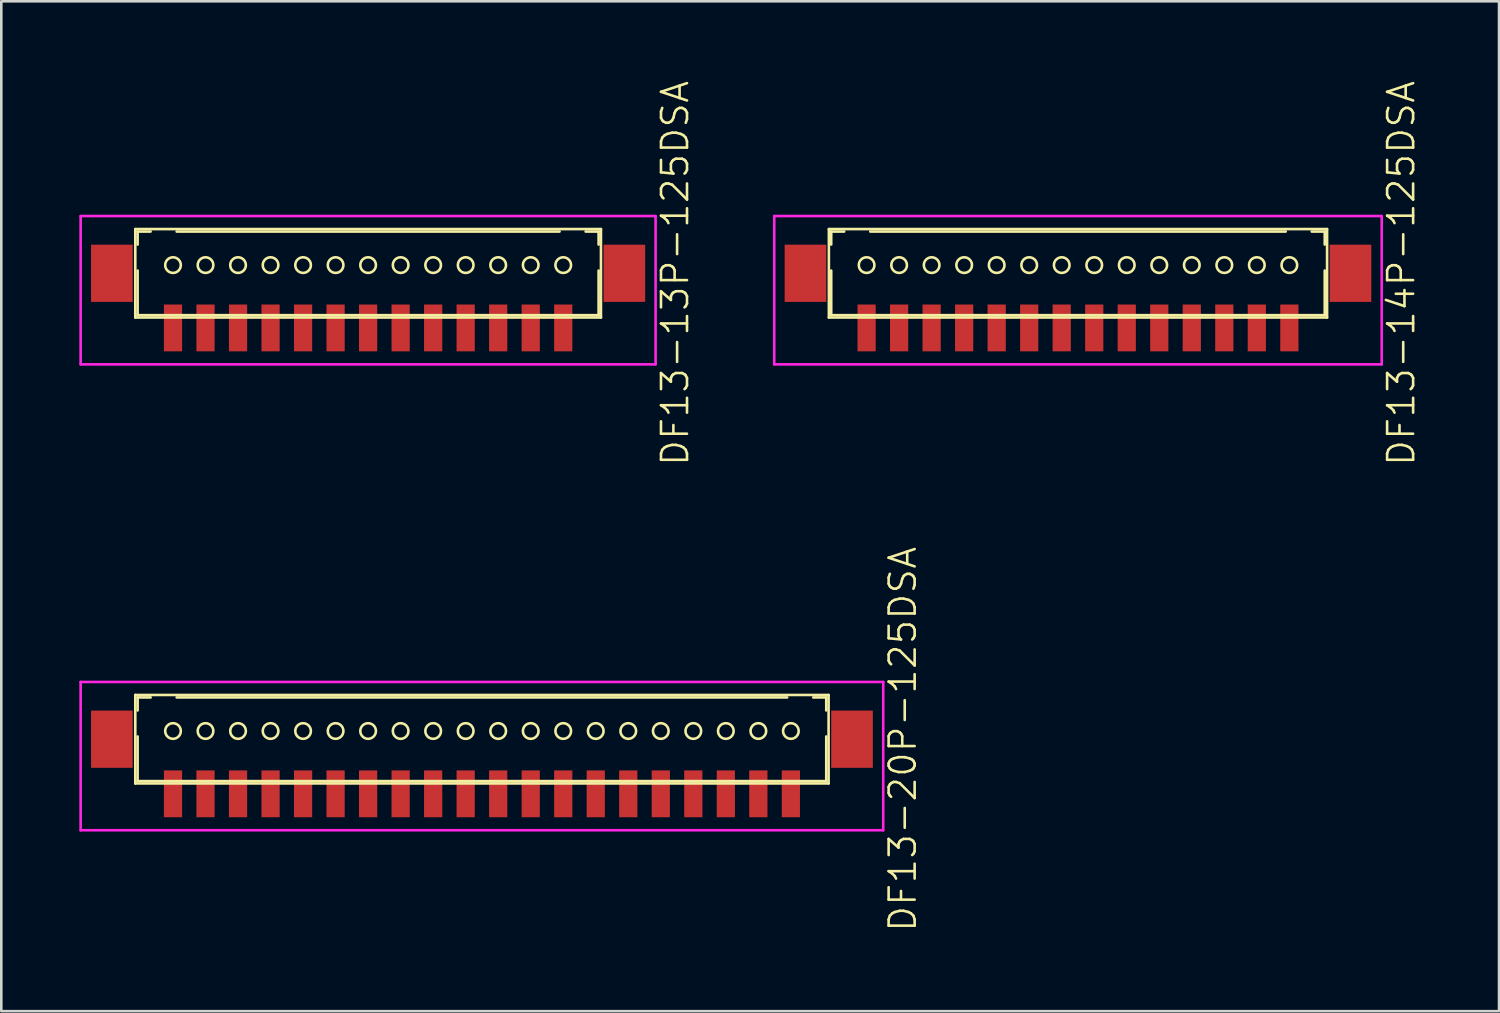
<source format=kicad_pcb>
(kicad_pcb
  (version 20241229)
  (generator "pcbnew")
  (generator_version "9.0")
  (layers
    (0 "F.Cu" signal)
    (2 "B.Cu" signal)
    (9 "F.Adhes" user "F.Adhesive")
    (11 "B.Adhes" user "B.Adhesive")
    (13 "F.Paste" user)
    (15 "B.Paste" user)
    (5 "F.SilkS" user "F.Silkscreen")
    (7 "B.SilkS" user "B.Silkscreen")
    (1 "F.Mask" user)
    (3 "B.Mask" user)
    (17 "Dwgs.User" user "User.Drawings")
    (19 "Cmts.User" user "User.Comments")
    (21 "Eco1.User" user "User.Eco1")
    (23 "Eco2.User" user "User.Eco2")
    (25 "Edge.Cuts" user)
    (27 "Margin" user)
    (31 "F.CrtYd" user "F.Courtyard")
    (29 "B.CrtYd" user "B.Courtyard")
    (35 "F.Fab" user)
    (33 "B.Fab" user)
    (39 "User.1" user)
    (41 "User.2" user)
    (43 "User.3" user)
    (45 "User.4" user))
  (footprint "DF13-14P-125DSA"
    (layer "F.Cu")
    (at 38.386 9.555)
    (property "Reference" "DF13-14P-125DSA" (at 12.425 -2.1 90) (layer "F.SilkS") (effects (font (size 1 1) (thickness 0.1))))
    (attr through_hole)
    (fp_line (start -9.575 -3.8) (end -9.575 -0.4) (stroke (width 0.1) (type solid)) (layer "F.SilkS"))
    (fp_line (start -9.575 -3.8) (end 9.575 -3.8) (stroke (width 0.1) (type solid)) (layer "F.SilkS"))
    (fp_line (start -9.575 -0.4) (end 9.575 -0.4) (stroke (width 0.1) (type solid)) (layer "F.SilkS"))
    (fp_line (start -9.485 -3.705) (end -9.485 -3.205) (stroke (width 0.1) (type solid)) (layer "F.SilkS"))
    (fp_line (start -9.485 -3.705) (end -8.985 -3.705) (stroke (width 0.1) (type solid)) (layer "F.SilkS"))
    (fp_line (start -9.485 -2.205) (end -9.485 -0.49) (stroke (width 0.1) (type solid)) (layer "F.SilkS"))
    (fp_line (start -9.485 -0.49) (end 9.485 -0.49) (stroke (width 0.1) (type solid)) (layer "F.SilkS"))
    (fp_line (start -7.985 -3.705) (end 7.985 -3.705) (stroke (width 0.1) (type solid)) (layer "F.SilkS"))
    (fp_line (start 8.985 -3.705) (end 9.485 -3.705) (stroke (width 0.1) (type solid)) (layer "F.SilkS"))
    (fp_line (start 9.485 -3.705) (end 9.485 -3.205) (stroke (width 0.1) (type solid)) (layer "F.SilkS"))
    (fp_line (start 9.485 -2.205) (end 9.485 -0.49) (stroke (width 0.1) (type solid)) (layer "F.SilkS"))
    (fp_line (start 9.575 -3.8) (end 9.575 -0.4) (stroke (width 0.1) (type solid)) (layer "F.SilkS"))
    (fp_circle (center -8.125 -2.415) (end -7.825 -2.415) (stroke (width 0.1) (type solid)) (fill no) (layer "F.SilkS"))
    (fp_circle (center -6.875 -2.415) (end -6.575 -2.415) (stroke (width 0.1) (type solid)) (fill no) (layer "F.SilkS"))
    (fp_circle (center -5.625 -2.415) (end -5.325 -2.415) (stroke (width 0.1) (type solid)) (fill no) (layer "F.SilkS"))
    (fp_circle (center -4.375 -2.415) (end -4.075 -2.415) (stroke (width 0.1) (type solid)) (fill no) (layer "F.SilkS"))
    (fp_circle (center -3.125 -2.415) (end -2.825 -2.415) (stroke (width 0.1) (type solid)) (fill no) (layer "F.SilkS"))
    (fp_circle (center -1.875 -2.415) (end -1.575 -2.415) (stroke (width 0.1) (type solid)) (fill no) (layer "F.SilkS"))
    (fp_circle (center -0.625 -2.415) (end -0.325 -2.415) (stroke (width 0.1) (type solid)) (fill no) (layer "F.SilkS"))
    (fp_circle (center 0.625 -2.415) (end 0.925 -2.415) (stroke (width 0.1) (type solid)) (fill no) (layer "F.SilkS"))
    (fp_circle (center 1.875 -2.415) (end 2.175 -2.415) (stroke (width 0.1) (type solid)) (fill no) (layer "F.SilkS"))
    (fp_circle (center 3.125 -2.415) (end 3.425 -2.415) (stroke (width 0.1) (type solid)) (fill no) (layer "F.SilkS"))
    (fp_circle (center 4.375 -2.415) (end 4.675 -2.415) (stroke (width 0.1) (type solid)) (fill no) (layer "F.SilkS"))
    (fp_circle (center 5.625 -2.415) (end 5.925 -2.415) (stroke (width 0.1) (type solid)) (fill no) (layer "F.SilkS"))
    (fp_circle (center 6.875 -2.415) (end 7.175 -2.415) (stroke (width 0.1) (type solid)) (fill no) (layer "F.SilkS"))
    (fp_circle (center 8.125 -2.415) (end 8.425 -2.415) (stroke (width 0.1) (type solid)) (fill no) (layer "F.SilkS"))
    (fp_line (start -11.675 -4.3) (end -11.675 1.4) (stroke (width 0.1) (type solid)) (layer "F.CrtYd"))
    (fp_line (start -11.675 1.4) (end 11.675 1.4) (stroke (width 0.1) (type solid)) (layer "F.CrtYd"))
    (fp_line (start 11.675 -4.3) (end -11.675 -4.3) (stroke (width 0.1) (type solid)) (layer "F.CrtYd"))
    (fp_line (start 11.675 1.4) (end 11.675 -4.3) (stroke (width 0.1) (type solid)) (layer "F.CrtYd"))
    (pad "1" smd rect (at -8.125 0) (size 0.7 1.8) (layers "F.Cu" "F.Mask" "F.Paste"))
    (pad "2" smd rect (at -6.875 0) (size 0.7 1.8) (layers "F.Cu" "F.Mask" "F.Paste"))
    (pad "3" smd rect (at -5.625 0) (size 0.7 1.8) (layers "F.Cu" "F.Mask" "F.Paste"))
    (pad "4" smd rect (at -4.375 0) (size 0.7 1.8) (layers "F.Cu" "F.Mask" "F.Paste"))
    (pad "5" smd rect (at -3.125 0) (size 0.7 1.8) (layers "F.Cu" "F.Mask" "F.Paste"))
    (pad "6" smd rect (at -1.875 0) (size 0.7 1.8) (layers "F.Cu" "F.Mask" "F.Paste"))
    (pad "7" smd rect (at -0.625 0) (size 0.7 1.8) (layers "F.Cu" "F.Mask" "F.Paste"))
    (pad "8" smd rect (at 0.625 0) (size 0.7 1.8) (layers "F.Cu" "F.Mask" "F.Paste"))
    (pad "9" smd rect (at 1.875 0) (size 0.7 1.8) (layers "F.Cu" "F.Mask" "F.Paste"))
    (pad "10" smd rect (at 3.125 0) (size 0.7 1.8) (layers "F.Cu" "F.Mask" "F.Paste"))
    (pad "11" smd rect (at 4.375 0) (size 0.7 1.8) (layers "F.Cu" "F.Mask" "F.Paste"))
    (pad "12" smd rect (at 5.625 0) (size 0.7 1.8) (layers "F.Cu" "F.Mask" "F.Paste"))
    (pad "13" smd rect (at 6.875 0) (size 0.7 1.8) (layers "F.Cu" "F.Mask" "F.Paste"))
    (pad "14" smd rect (at 8.125 0) (size 0.7 1.8) (layers "F.Cu" "F.Mask" "F.Paste"))
    (pad "S" smd rect (at -10.475 -2.1) (size 1.6 2.2) (layers "F.Cu" "F.Mask" "F.Paste"))
    (pad "S" smd rect (at 10.475 -2.1) (size 1.6 2.2) (layers "F.Cu" "F.Mask" "F.Paste")))
  (footprint "DF13-13P-125DSA"
    (layer "F.Cu")
    (at 11.1 9.555)
    (property "Reference" "DF13-13P-125DSA" (at 11.8 -2.1 90) (layer "F.SilkS") (effects (font (size 1 1) (thickness 0.1))))
    (attr through_hole)
    (fp_line (start -8.95 -3.8) (end -8.95 -0.4) (stroke (width 0.1) (type solid)) (layer "F.SilkS"))
    (fp_line (start -8.95 -3.8) (end 8.95 -3.8) (stroke (width 0.1) (type solid)) (layer "F.SilkS"))
    (fp_line (start -8.95 -0.4) (end 8.95 -0.4) (stroke (width 0.1) (type solid)) (layer "F.SilkS"))
    (fp_line (start -8.86 -3.705) (end -8.86 -3.205) (stroke (width 0.1) (type solid)) (layer "F.SilkS"))
    (fp_line (start -8.86 -3.705) (end -8.36 -3.705) (stroke (width 0.1) (type solid)) (layer "F.SilkS"))
    (fp_line (start -8.86 -2.205) (end -8.86 -0.49) (stroke (width 0.1) (type solid)) (layer "F.SilkS"))
    (fp_line (start -8.86 -0.49) (end 8.86 -0.49) (stroke (width 0.1) (type solid)) (layer "F.SilkS"))
    (fp_line (start -7.36 -3.705) (end 7.36 -3.705) (stroke (width 0.1) (type solid)) (layer "F.SilkS"))
    (fp_line (start 8.36 -3.705) (end 8.86 -3.705) (stroke (width 0.1) (type solid)) (layer "F.SilkS"))
    (fp_line (start 8.86 -3.705) (end 8.86 -3.205) (stroke (width 0.1) (type solid)) (layer "F.SilkS"))
    (fp_line (start 8.86 -2.205) (end 8.86 -0.49) (stroke (width 0.1) (type solid)) (layer "F.SilkS"))
    (fp_line (start 8.95 -3.8) (end 8.95 -0.4) (stroke (width 0.1) (type solid)) (layer "F.SilkS"))
    (fp_circle (center -7.5 -2.415) (end -7.2 -2.415) (stroke (width 0.1) (type solid)) (fill no) (layer "F.SilkS"))
    (fp_circle (center -6.25 -2.415) (end -5.95 -2.415) (stroke (width 0.1) (type solid)) (fill no) (layer "F.SilkS"))
    (fp_circle (center -5 -2.415) (end -4.7 -2.415) (stroke (width 0.1) (type solid)) (fill no) (layer "F.SilkS"))
    (fp_circle (center -3.75 -2.415) (end -3.45 -2.415) (stroke (width 0.1) (type solid)) (fill no) (layer "F.SilkS"))
    (fp_circle (center -2.5 -2.415) (end -2.2 -2.415) (stroke (width 0.1) (type solid)) (fill no) (layer "F.SilkS"))
    (fp_circle (center -1.25 -2.415) (end -0.95 -2.415) (stroke (width 0.1) (type solid)) (fill no) (layer "F.SilkS"))
    (fp_circle (center 0 -2.415) (end 0.3 -2.415) (stroke (width 0.1) (type solid)) (fill no) (layer "F.SilkS"))
    (fp_circle (center 1.25 -2.415) (end 1.55 -2.415) (stroke (width 0.1) (type solid)) (fill no) (layer "F.SilkS"))
    (fp_circle (center 2.5 -2.415) (end 2.8 -2.415) (stroke (width 0.1) (type solid)) (fill no) (layer "F.SilkS"))
    (fp_circle (center 3.75 -2.415) (end 4.05 -2.415) (stroke (width 0.1) (type solid)) (fill no) (layer "F.SilkS"))
    (fp_circle (center 5 -2.415) (end 5.3 -2.415) (stroke (width 0.1) (type solid)) (fill no) (layer "F.SilkS"))
    (fp_circle (center 6.25 -2.415) (end 6.55 -2.415) (stroke (width 0.1) (type solid)) (fill no) (layer "F.SilkS"))
    (fp_circle (center 7.5 -2.415) (end 7.8 -2.415) (stroke (width 0.1) (type solid)) (fill no) (layer "F.SilkS"))
    (fp_line (start -11.05 -4.3) (end -11.05 1.4) (stroke (width 0.1) (type solid)) (layer "F.CrtYd"))
    (fp_line (start -11.05 1.4) (end 11.05 1.4) (stroke (width 0.1) (type solid)) (layer "F.CrtYd"))
    (fp_line (start 11.05 -4.3) (end -11.05 -4.3) (stroke (width 0.1) (type solid)) (layer "F.CrtYd"))
    (fp_line (start 11.05 1.4) (end 11.05 -4.3) (stroke (width 0.1) (type solid)) (layer "F.CrtYd"))
    (pad "1" smd rect (at -7.5 0) (size 0.7 1.8) (layers "F.Cu" "F.Mask" "F.Paste"))
    (pad "2" smd rect (at -6.25 0) (size 0.7 1.8) (layers "F.Cu" "F.Mask" "F.Paste"))
    (pad "3" smd rect (at -5 0) (size 0.7 1.8) (layers "F.Cu" "F.Mask" "F.Paste"))
    (pad "4" smd rect (at -3.75 0) (size 0.7 1.8) (layers "F.Cu" "F.Mask" "F.Paste"))
    (pad "5" smd rect (at -2.5 0) (size 0.7 1.8) (layers "F.Cu" "F.Mask" "F.Paste"))
    (pad "6" smd rect (at -1.25 0) (size 0.7 1.8) (layers "F.Cu" "F.Mask" "F.Paste"))
    (pad "7" smd rect (at 0 0) (size 0.7 1.8) (layers "F.Cu" "F.Mask" "F.Paste"))
    (pad "8" smd rect (at 1.25 0) (size 0.7 1.8) (layers "F.Cu" "F.Mask" "F.Paste"))
    (pad "9" smd rect (at 2.5 0) (size 0.7 1.8) (layers "F.Cu" "F.Mask" "F.Paste"))
    (pad "10" smd rect (at 3.75 0) (size 0.7 1.8) (layers "F.Cu" "F.Mask" "F.Paste"))
    (pad "11" smd rect (at 5 0) (size 0.7 1.8) (layers "F.Cu" "F.Mask" "F.Paste"))
    (pad "12" smd rect (at 6.25 0) (size 0.7 1.8) (layers "F.Cu" "F.Mask" "F.Paste"))
    (pad "13" smd rect (at 7.5 0) (size 0.7 1.8) (layers "F.Cu" "F.Mask" "F.Paste"))
    (pad "S" smd rect (at -9.85 -2.1) (size 1.6 2.2) (layers "F.Cu" "F.Mask" "F.Paste"))
    (pad "S" smd rect (at 9.85 -2.1) (size 1.6 2.2) (layers "F.Cu" "F.Mask" "F.Paste")))
  (footprint "DF13-20P-125DSA"
    (layer "F.Cu")
    (at 15.475 27.464)
    (property "Reference" "DF13-20P-125DSA" (at 16.175 -2.1 90) (layer "F.SilkS") (effects (font (size 1 1) (thickness 0.1))))
    (attr through_hole)
    (fp_line (start -13.325 -3.8) (end -13.325 -0.4) (stroke (width 0.1) (type solid)) (layer "F.SilkS"))
    (fp_line (start -13.325 -3.8) (end 13.325 -3.8) (stroke (width 0.1) (type solid)) (layer "F.SilkS"))
    (fp_line (start -13.325 -0.4) (end 13.325 -0.4) (stroke (width 0.1) (type solid)) (layer "F.SilkS"))
    (fp_line (start -13.235 -3.705) (end -13.235 -3.205) (stroke (width 0.1) (type solid)) (layer "F.SilkS"))
    (fp_line (start -13.235 -3.705) (end -12.735 -3.705) (stroke (width 0.1) (type solid)) (layer "F.SilkS"))
    (fp_line (start -13.235 -2.205) (end -13.235 -0.49) (stroke (width 0.1) (type solid)) (layer "F.SilkS"))
    (fp_line (start -13.235 -0.49) (end 13.235 -0.49) (stroke (width 0.1) (type solid)) (layer "F.SilkS"))
    (fp_line (start -11.735 -3.705) (end 11.735 -3.705) (stroke (width 0.1) (type solid)) (layer "F.SilkS"))
    (fp_line (start 12.735 -3.705) (end 13.235 -3.705) (stroke (width 0.1) (type solid)) (layer "F.SilkS"))
    (fp_line (start 13.235 -3.705) (end 13.235 -3.205) (stroke (width 0.1) (type solid)) (layer "F.SilkS"))
    (fp_line (start 13.235 -2.205) (end 13.235 -0.49) (stroke (width 0.1) (type solid)) (layer "F.SilkS"))
    (fp_line (start 13.325 -3.8) (end 13.325 -0.4) (stroke (width 0.1) (type solid)) (layer "F.SilkS"))
    (fp_circle (center -11.875 -2.415) (end -11.575 -2.415) (stroke (width 0.1) (type solid)) (fill no) (layer "F.SilkS"))
    (fp_circle (center -10.625 -2.415) (end -10.325 -2.415) (stroke (width 0.1) (type solid)) (fill no) (layer "F.SilkS"))
    (fp_circle (center -9.375 -2.415) (end -9.075 -2.415) (stroke (width 0.1) (type solid)) (fill no) (layer "F.SilkS"))
    (fp_circle (center -8.125 -2.415) (end -7.825 -2.415) (stroke (width 0.1) (type solid)) (fill no) (layer "F.SilkS"))
    (fp_circle (center -6.875 -2.415) (end -6.575 -2.415) (stroke (width 0.1) (type solid)) (fill no) (layer "F.SilkS"))
    (fp_circle (center -5.625 -2.415) (end -5.325 -2.415) (stroke (width 0.1) (type solid)) (fill no) (layer "F.SilkS"))
    (fp_circle (center -4.375 -2.415) (end -4.075 -2.415) (stroke (width 0.1) (type solid)) (fill no) (layer "F.SilkS"))
    (fp_circle (center -3.125 -2.415) (end -2.825 -2.415) (stroke (width 0.1) (type solid)) (fill no) (layer "F.SilkS"))
    (fp_circle (center -1.875 -2.415) (end -1.575 -2.415) (stroke (width 0.1) (type solid)) (fill no) (layer "F.SilkS"))
    (fp_circle (center -0.625 -2.415) (end -0.325 -2.415) (stroke (width 0.1) (type solid)) (fill no) (layer "F.SilkS"))
    (fp_circle (center 0.625 -2.415) (end 0.925 -2.415) (stroke (width 0.1) (type solid)) (fill no) (layer "F.SilkS"))
    (fp_circle (center 1.875 -2.415) (end 2.175 -2.415) (stroke (width 0.1) (type solid)) (fill no) (layer "F.SilkS"))
    (fp_circle (center 3.125 -2.415) (end 3.425 -2.415) (stroke (width 0.1) (type solid)) (fill no) (layer "F.SilkS"))
    (fp_circle (center 4.375 -2.415) (end 4.675 -2.415) (stroke (width 0.1) (type solid)) (fill no) (layer "F.SilkS"))
    (fp_circle (center 5.625 -2.415) (end 5.925 -2.415) (stroke (width 0.1) (type solid)) (fill no) (layer "F.SilkS"))
    (fp_circle (center 6.875 -2.415) (end 7.175 -2.415) (stroke (width 0.1) (type solid)) (fill no) (layer "F.SilkS"))
    (fp_circle (center 8.125 -2.415) (end 8.425 -2.415) (stroke (width 0.1) (type solid)) (fill no) (layer "F.SilkS"))
    (fp_circle (center 9.375 -2.415) (end 9.675 -2.415) (stroke (width 0.1) (type solid)) (fill no) (layer "F.SilkS"))
    (fp_circle (center 10.625 -2.415) (end 10.925 -2.415) (stroke (width 0.1) (type solid)) (fill no) (layer "F.SilkS"))
    (fp_circle (center 11.875 -2.415) (end 12.175 -2.415) (stroke (width 0.1) (type solid)) (fill no) (layer "F.SilkS"))
    (fp_line (start -15.425 -4.3) (end -15.425 1.4) (stroke (width 0.1) (type solid)) (layer "F.CrtYd"))
    (fp_line (start -15.425 1.4) (end 15.425 1.4) (stroke (width 0.1) (type solid)) (layer "F.CrtYd"))
    (fp_line (start 15.425 -4.3) (end -15.425 -4.3) (stroke (width 0.1) (type solid)) (layer "F.CrtYd"))
    (fp_line (start 15.425 1.4) (end 15.425 -4.3) (stroke (width 0.1) (type solid)) (layer "F.CrtYd"))
    (pad "1" smd rect (at -11.875 0) (size 0.7 1.8) (layers "F.Cu" "F.Mask" "F.Paste"))
    (pad "2" smd rect (at -10.625 0) (size 0.7 1.8) (layers "F.Cu" "F.Mask" "F.Paste"))
    (pad "3" smd rect (at -9.375 0) (size 0.7 1.8) (layers "F.Cu" "F.Mask" "F.Paste"))
    (pad "4" smd rect (at -8.125 0) (size 0.7 1.8) (layers "F.Cu" "F.Mask" "F.Paste"))
    (pad "5" smd rect (at -6.875 0) (size 0.7 1.8) (layers "F.Cu" "F.Mask" "F.Paste"))
    (pad "6" smd rect (at -5.625 0) (size 0.7 1.8) (layers "F.Cu" "F.Mask" "F.Paste"))
    (pad "7" smd rect (at -4.375 0) (size 0.7 1.8) (layers "F.Cu" "F.Mask" "F.Paste"))
    (pad "8" smd rect (at -3.125 0) (size 0.7 1.8) (layers "F.Cu" "F.Mask" "F.Paste"))
    (pad "9" smd rect (at -1.875 0) (size 0.7 1.8) (layers "F.Cu" "F.Mask" "F.Paste"))
    (pad "10" smd rect (at -0.625 0) (size 0.7 1.8) (layers "F.Cu" "F.Mask" "F.Paste"))
    (pad "11" smd rect (at 0.625 0) (size 0.7 1.8) (layers "F.Cu" "F.Mask" "F.Paste"))
    (pad "12" smd rect (at 1.875 0) (size 0.7 1.8) (layers "F.Cu" "F.Mask" "F.Paste"))
    (pad "13" smd rect (at 3.125 0) (size 0.7 1.8) (layers "F.Cu" "F.Mask" "F.Paste"))
    (pad "14" smd rect (at 4.375 0) (size 0.7 1.8) (layers "F.Cu" "F.Mask" "F.Paste"))
    (pad "15" smd rect (at 5.625 0) (size 0.7 1.8) (layers "F.Cu" "F.Mask" "F.Paste"))
    (pad "16" smd rect (at 6.875 0) (size 0.7 1.8) (layers "F.Cu" "F.Mask" "F.Paste"))
    (pad "17" smd rect (at 8.125 0) (size 0.7 1.8) (layers "F.Cu" "F.Mask" "F.Paste"))
    (pad "18" smd rect (at 9.375 0) (size 0.7 1.8) (layers "F.Cu" "F.Mask" "F.Paste"))
    (pad "19" smd rect (at 10.625 0) (size 0.7 1.8) (layers "F.Cu" "F.Mask" "F.Paste"))
    (pad "20" smd rect (at 11.875 0) (size 0.7 1.8) (layers "F.Cu" "F.Mask" "F.Paste"))
    (pad "S" smd rect (at -14.225 -2.1) (size 1.6 2.2) (layers "F.Cu" "F.Mask" "F.Paste"))
    (pad "S" smd rect (at 14.225 -2.1) (size 1.6 2.2) (layers "F.Cu" "F.Mask" "F.Paste")))
  (gr_rect
    (start -3 -3)
    (end 54.571 35.819)
    (stroke (width 0.1) (type default))
    (fill no)
    (layer "Edge.Cuts")))
</source>
